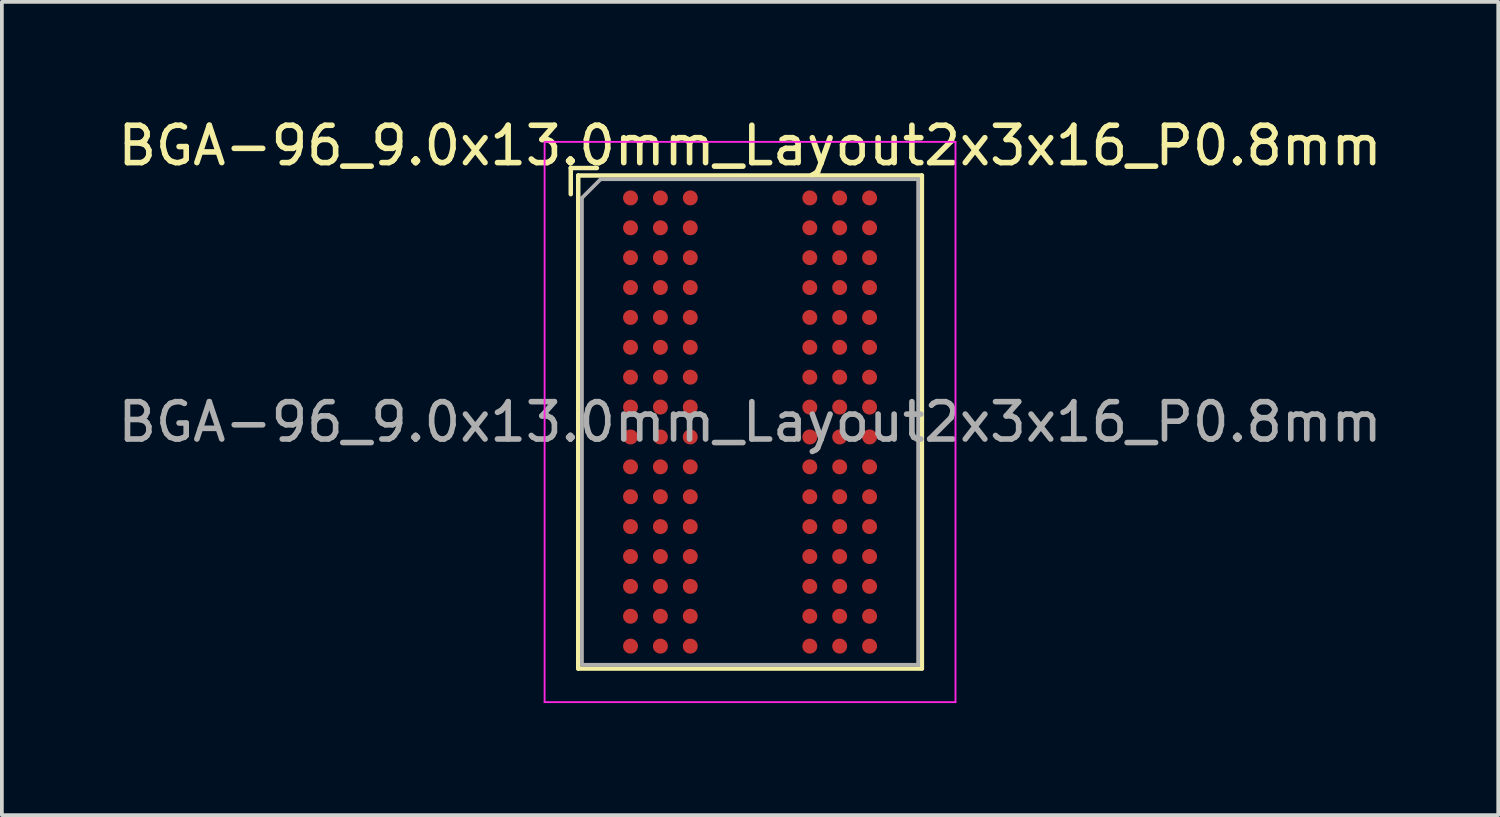
<source format=kicad_pcb>
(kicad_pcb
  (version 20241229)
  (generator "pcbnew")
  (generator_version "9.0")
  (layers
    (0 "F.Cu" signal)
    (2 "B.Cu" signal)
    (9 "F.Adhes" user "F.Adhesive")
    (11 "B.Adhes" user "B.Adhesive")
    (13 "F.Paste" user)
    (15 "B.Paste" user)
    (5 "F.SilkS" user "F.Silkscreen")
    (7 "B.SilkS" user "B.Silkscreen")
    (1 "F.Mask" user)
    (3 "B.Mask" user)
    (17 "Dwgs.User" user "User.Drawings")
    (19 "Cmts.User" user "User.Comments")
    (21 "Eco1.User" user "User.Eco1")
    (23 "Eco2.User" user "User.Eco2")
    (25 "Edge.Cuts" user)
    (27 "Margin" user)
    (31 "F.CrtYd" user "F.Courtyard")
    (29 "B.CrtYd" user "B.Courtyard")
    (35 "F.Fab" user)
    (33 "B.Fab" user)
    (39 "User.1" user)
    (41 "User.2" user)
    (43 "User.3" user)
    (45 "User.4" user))
  (footprint "BGA-96_9.0x13.0mm_Layout2x3x16_P0.8mm"
    (layer "F.Cu")
    (at 17.03 8.248)
    (property "Reference" "BGA-96_9.0x13.0mm_Layout2x3x16_P0.8mm" (at 0 -7.4 0) (layer "F.SilkS") (effects (font (size 1 1) (thickness 0.15))))
    (attr smd)
    (fp_line (start -4.8 -6.8) (end -4.8 -6.1) (stroke (width 0.12) (type solid)) (layer "F.SilkS"))
    (fp_line (start -4.6 -6.6) (end -4.6 6.6) (stroke (width 0.12) (type solid)) (layer "F.SilkS"))
    (fp_line (start -4.6 6.6) (end 4.6 6.6) (stroke (width 0.12) (type solid)) (layer "F.SilkS"))
    (fp_line (start -4.1 -6.8) (end -4.8 -6.8) (stroke (width 0.12) (type solid)) (layer "F.SilkS"))
    (fp_line (start 4.6 -6.6) (end -4.6 -6.6) (stroke (width 0.12) (type solid)) (layer "F.SilkS"))
    (fp_line (start 4.6 6.6) (end 4.6 -6.6) (stroke (width 0.12) (type solid)) (layer "F.SilkS"))
    (fp_line (start -5.5 -7.5) (end -5.5 7.5) (stroke (width 0.05) (type solid)) (layer "F.CrtYd"))
    (fp_line (start -5.5 -7.5) (end 5.5 -7.5) (stroke (width 0.05) (type solid)) (layer "F.CrtYd"))
    (fp_line (start 5.5 7.5) (end -5.5 7.5) (stroke (width 0.05) (type solid)) (layer "F.CrtYd"))
    (fp_line (start 5.5 7.5) (end 5.5 -7.5) (stroke (width 0.05) (type solid)) (layer "F.CrtYd"))
    (fp_line (start -4.5 -6) (end -4.5 6.5) (stroke (width 0.1) (type solid)) (layer "F.Fab"))
    (fp_line (start -4.5 6.5) (end 4.5 6.5) (stroke (width 0.1) (type solid)) (layer "F.Fab"))
    (fp_line (start -4 -6.5) (end -4.5 -6) (stroke (width 0.1) (type solid)) (layer "F.Fab"))
    (fp_line (start 4.5 -6.5) (end -4 -6.5) (stroke (width 0.1) (type solid)) (layer "F.Fab"))
    (fp_line (start 4.5 6.5) (end 4.5 -6.5) (stroke (width 0.1) (type solid)) (layer "F.Fab"))
    (fp_text user "${REFERENCE}" (at 0 0 0) (layer "F.Fab") (effects (font (size 1 1) (thickness 0.15))))
    (pad "A1" smd circle (at -3.2 -6) (size 0.4 0.4) (layers "F.Cu" "F.Mask" "F.Paste"))
    (pad "A2" smd circle (at -2.4 -6) (size 0.4 0.4) (layers "F.Cu" "F.Mask" "F.Paste"))
    (pad "A3" smd circle (at -1.6 -6) (size 0.4 0.4) (layers "F.Cu" "F.Mask" "F.Paste"))
    (pad "A7" smd circle (at 1.6 -6) (size 0.4 0.4) (layers "F.Cu" "F.Mask" "F.Paste"))
    (pad "A8" smd circle (at 2.4 -6) (size 0.4 0.4) (layers "F.Cu" "F.Mask" "F.Paste"))
    (pad "A9" smd circle (at 3.2 -6) (size 0.4 0.4) (layers "F.Cu" "F.Mask" "F.Paste"))
    (pad "B1" smd circle (at -3.2 -5.2) (size 0.4 0.4) (layers "F.Cu" "F.Mask" "F.Paste"))
    (pad "B2" smd circle (at -2.4 -5.2) (size 0.4 0.4) (layers "F.Cu" "F.Mask" "F.Paste"))
    (pad "B3" smd circle (at -1.6 -5.2) (size 0.4 0.4) (layers "F.Cu" "F.Mask" "F.Paste"))
    (pad "B7" smd circle (at 1.6 -5.2) (size 0.4 0.4) (layers "F.Cu" "F.Mask" "F.Paste"))
    (pad "B8" smd circle (at 2.4 -5.2) (size 0.4 0.4) (layers "F.Cu" "F.Mask" "F.Paste"))
    (pad "B9" smd circle (at 3.2 -5.2) (size 0.4 0.4) (layers "F.Cu" "F.Mask" "F.Paste"))
    (pad "C1" smd circle (at -3.2 -4.4) (size 0.4 0.4) (layers "F.Cu" "F.Mask" "F.Paste"))
    (pad "C2" smd circle (at -2.4 -4.4) (size 0.4 0.4) (layers "F.Cu" "F.Mask" "F.Paste"))
    (pad "C3" smd circle (at -1.6 -4.4) (size 0.4 0.4) (layers "F.Cu" "F.Mask" "F.Paste"))
    (pad "C7" smd circle (at 1.6 -4.4) (size 0.4 0.4) (layers "F.Cu" "F.Mask" "F.Paste"))
    (pad "C8" smd circle (at 2.4 -4.4) (size 0.4 0.4) (layers "F.Cu" "F.Mask" "F.Paste"))
    (pad "C9" smd circle (at 3.2 -4.4) (size 0.4 0.4) (layers "F.Cu" "F.Mask" "F.Paste"))
    (pad "D1" smd circle (at -3.2 -3.6) (size 0.4 0.4) (layers "F.Cu" "F.Mask" "F.Paste"))
    (pad "D2" smd circle (at -2.4 -3.6) (size 0.4 0.4) (layers "F.Cu" "F.Mask" "F.Paste"))
    (pad "D3" smd circle (at -1.6 -3.6) (size 0.4 0.4) (layers "F.Cu" "F.Mask" "F.Paste"))
    (pad "D7" smd circle (at 1.6 -3.6) (size 0.4 0.4) (layers "F.Cu" "F.Mask" "F.Paste"))
    (pad "D8" smd circle (at 2.4 -3.6) (size 0.4 0.4) (layers "F.Cu" "F.Mask" "F.Paste"))
    (pad "D9" smd circle (at 3.2 -3.6) (size 0.4 0.4) (layers "F.Cu" "F.Mask" "F.Paste"))
    (pad "E1" smd circle (at -3.2 -2.8) (size 0.4 0.4) (layers "F.Cu" "F.Mask" "F.Paste"))
    (pad "E2" smd circle (at -2.4 -2.8) (size 0.4 0.4) (layers "F.Cu" "F.Mask" "F.Paste"))
    (pad "E3" smd circle (at -1.6 -2.8) (size 0.4 0.4) (layers "F.Cu" "F.Mask" "F.Paste"))
    (pad "E7" smd circle (at 1.6 -2.8) (size 0.4 0.4) (layers "F.Cu" "F.Mask" "F.Paste"))
    (pad "E8" smd circle (at 2.4 -2.8) (size 0.4 0.4) (layers "F.Cu" "F.Mask" "F.Paste"))
    (pad "E9" smd circle (at 3.2 -2.8) (size 0.4 0.4) (layers "F.Cu" "F.Mask" "F.Paste"))
    (pad "F1" smd circle (at -3.2 -2) (size 0.4 0.4) (layers "F.Cu" "F.Mask" "F.Paste"))
    (pad "F2" smd circle (at -2.4 -2) (size 0.4 0.4) (layers "F.Cu" "F.Mask" "F.Paste"))
    (pad "F3" smd circle (at -1.6 -2) (size 0.4 0.4) (layers "F.Cu" "F.Mask" "F.Paste"))
    (pad "F7" smd circle (at 1.6 -2) (size 0.4 0.4) (layers "F.Cu" "F.Mask" "F.Paste"))
    (pad "F8" smd circle (at 2.4 -2) (size 0.4 0.4) (layers "F.Cu" "F.Mask" "F.Paste"))
    (pad "F9" smd circle (at 3.2 -2) (size 0.4 0.4) (layers "F.Cu" "F.Mask" "F.Paste"))
    (pad "G1" smd circle (at -3.2 -1.2) (size 0.4 0.4) (layers "F.Cu" "F.Mask" "F.Paste"))
    (pad "G2" smd circle (at -2.4 -1.2) (size 0.4 0.4) (layers "F.Cu" "F.Mask" "F.Paste"))
    (pad "G3" smd circle (at -1.6 -1.2) (size 0.4 0.4) (layers "F.Cu" "F.Mask" "F.Paste"))
    (pad "G7" smd circle (at 1.6 -1.2) (size 0.4 0.4) (layers "F.Cu" "F.Mask" "F.Paste"))
    (pad "G8" smd circle (at 2.4 -1.2) (size 0.4 0.4) (layers "F.Cu" "F.Mask" "F.Paste"))
    (pad "G9" smd circle (at 3.2 -1.2) (size 0.4 0.4) (layers "F.Cu" "F.Mask" "F.Paste"))
    (pad "H1" smd circle (at -3.2 -0.4) (size 0.4 0.4) (layers "F.Cu" "F.Mask" "F.Paste"))
    (pad "H2" smd circle (at -2.4 -0.4) (size 0.4 0.4) (layers "F.Cu" "F.Mask" "F.Paste"))
    (pad "H3" smd circle (at -1.6 -0.4) (size 0.4 0.4) (layers "F.Cu" "F.Mask" "F.Paste"))
    (pad "H7" smd circle (at 1.6 -0.4) (size 0.4 0.4) (layers "F.Cu" "F.Mask" "F.Paste"))
    (pad "H8" smd circle (at 2.4 -0.4) (size 0.4 0.4) (layers "F.Cu" "F.Mask" "F.Paste"))
    (pad "H9" smd circle (at 3.2 -0.4) (size 0.4 0.4) (layers "F.Cu" "F.Mask" "F.Paste"))
    (pad "J1" smd circle (at -3.2 0.4) (size 0.4 0.4) (layers "F.Cu" "F.Mask" "F.Paste"))
    (pad "J2" smd circle (at -2.4 0.4) (size 0.4 0.4) (layers "F.Cu" "F.Mask" "F.Paste"))
    (pad "J3" smd circle (at -1.6 0.4) (size 0.4 0.4) (layers "F.Cu" "F.Mask" "F.Paste"))
    (pad "J7" smd circle (at 1.6 0.4) (size 0.4 0.4) (layers "F.Cu" "F.Mask" "F.Paste"))
    (pad "J8" smd circle (at 2.4 0.4) (size 0.4 0.4) (layers "F.Cu" "F.Mask" "F.Paste"))
    (pad "J9" smd circle (at 3.2 0.4) (size 0.4 0.4) (layers "F.Cu" "F.Mask" "F.Paste"))
    (pad "K1" smd circle (at -3.2 1.2) (size 0.4 0.4) (layers "F.Cu" "F.Mask" "F.Paste"))
    (pad "K2" smd circle (at -2.4 1.2) (size 0.4 0.4) (layers "F.Cu" "F.Mask" "F.Paste"))
    (pad "K3" smd circle (at -1.6 1.2) (size 0.4 0.4) (layers "F.Cu" "F.Mask" "F.Paste"))
    (pad "K7" smd circle (at 1.6 1.2) (size 0.4 0.4) (layers "F.Cu" "F.Mask" "F.Paste"))
    (pad "K8" smd circle (at 2.4 1.2) (size 0.4 0.4) (layers "F.Cu" "F.Mask" "F.Paste"))
    (pad "K9" smd circle (at 3.2 1.2) (size 0.4 0.4) (layers "F.Cu" "F.Mask" "F.Paste"))
    (pad "L1" smd circle (at -3.2 2) (size 0.4 0.4) (layers "F.Cu" "F.Mask" "F.Paste"))
    (pad "L2" smd circle (at -2.4 2) (size 0.4 0.4) (layers "F.Cu" "F.Mask" "F.Paste"))
    (pad "L3" smd circle (at -1.6 2) (size 0.4 0.4) (layers "F.Cu" "F.Mask" "F.Paste"))
    (pad "L7" smd circle (at 1.6 2) (size 0.4 0.4) (layers "F.Cu" "F.Mask" "F.Paste"))
    (pad "L8" smd circle (at 2.4 2) (size 0.4 0.4) (layers "F.Cu" "F.Mask" "F.Paste"))
    (pad "L9" smd circle (at 3.2 2) (size 0.4 0.4) (layers "F.Cu" "F.Mask" "F.Paste"))
    (pad "M1" smd circle (at -3.2 2.8) (size 0.4 0.4) (layers "F.Cu" "F.Mask" "F.Paste"))
    (pad "M2" smd circle (at -2.4 2.8) (size 0.4 0.4) (layers "F.Cu" "F.Mask" "F.Paste"))
    (pad "M3" smd circle (at -1.6 2.8) (size 0.4 0.4) (layers "F.Cu" "F.Mask" "F.Paste"))
    (pad "M7" smd circle (at 1.6 2.8) (size 0.4 0.4) (layers "F.Cu" "F.Mask" "F.Paste"))
    (pad "M8" smd circle (at 2.4 2.8) (size 0.4 0.4) (layers "F.Cu" "F.Mask" "F.Paste"))
    (pad "M9" smd circle (at 3.2 2.8) (size 0.4 0.4) (layers "F.Cu" "F.Mask" "F.Paste"))
    (pad "N1" smd circle (at -3.2 3.6) (size 0.4 0.4) (layers "F.Cu" "F.Mask" "F.Paste"))
    (pad "N2" smd circle (at -2.4 3.6) (size 0.4 0.4) (layers "F.Cu" "F.Mask" "F.Paste"))
    (pad "N3" smd circle (at -1.6 3.6) (size 0.4 0.4) (layers "F.Cu" "F.Mask" "F.Paste"))
    (pad "N7" smd circle (at 1.6 3.6) (size 0.4 0.4) (layers "F.Cu" "F.Mask" "F.Paste"))
    (pad "N8" smd circle (at 2.4 3.6) (size 0.4 0.4) (layers "F.Cu" "F.Mask" "F.Paste"))
    (pad "N9" smd circle (at 3.2 3.6) (size 0.4 0.4) (layers "F.Cu" "F.Mask" "F.Paste"))
    (pad "P1" smd circle (at -3.2 4.4) (size 0.4 0.4) (layers "F.Cu" "F.Mask" "F.Paste"))
    (pad "P2" smd circle (at -2.4 4.4) (size 0.4 0.4) (layers "F.Cu" "F.Mask" "F.Paste"))
    (pad "P3" smd circle (at -1.6 4.4) (size 0.4 0.4) (layers "F.Cu" "F.Mask" "F.Paste"))
    (pad "P7" smd circle (at 1.6 4.4) (size 0.4 0.4) (layers "F.Cu" "F.Mask" "F.Paste"))
    (pad "P8" smd circle (at 2.4 4.4) (size 0.4 0.4) (layers "F.Cu" "F.Mask" "F.Paste"))
    (pad "P9" smd circle (at 3.2 4.4) (size 0.4 0.4) (layers "F.Cu" "F.Mask" "F.Paste"))
    (pad "R1" smd circle (at -3.2 5.2) (size 0.4 0.4) (layers "F.Cu" "F.Mask" "F.Paste"))
    (pad "R2" smd circle (at -2.4 5.2) (size 0.4 0.4) (layers "F.Cu" "F.Mask" "F.Paste"))
    (pad "R3" smd circle (at -1.6 5.2) (size 0.4 0.4) (layers "F.Cu" "F.Mask" "F.Paste"))
    (pad "R7" smd circle (at 1.6 5.2) (size 0.4 0.4) (layers "F.Cu" "F.Mask" "F.Paste"))
    (pad "R8" smd circle (at 2.4 5.2) (size 0.4 0.4) (layers "F.Cu" "F.Mask" "F.Paste"))
    (pad "R9" smd circle (at 3.2 5.2) (size 0.4 0.4) (layers "F.Cu" "F.Mask" "F.Paste"))
    (pad "T1" smd circle (at -3.2 6) (size 0.4 0.4) (layers "F.Cu" "F.Mask" "F.Paste"))
    (pad "T2" smd circle (at -2.4 6) (size 0.4 0.4) (layers "F.Cu" "F.Mask" "F.Paste"))
    (pad "T3" smd circle (at -1.6 6) (size 0.4 0.4) (layers "F.Cu" "F.Mask" "F.Paste"))
    (pad "T7" smd circle (at 1.6 6) (size 0.4 0.4) (layers "F.Cu" "F.Mask" "F.Paste"))
    (pad "T8" smd circle (at 2.4 6) (size 0.4 0.4) (layers "F.Cu" "F.Mask" "F.Paste"))
    (pad "T9" smd circle (at 3.2 6) (size 0.4 0.4) (layers "F.Cu" "F.Mask" "F.Paste")))
  (gr_rect
    (start -3 -3)
    (end 37.06 18.773)
    (stroke (width 0.1) (type default))
    (fill no)
    (layer "Edge.Cuts")))
</source>
